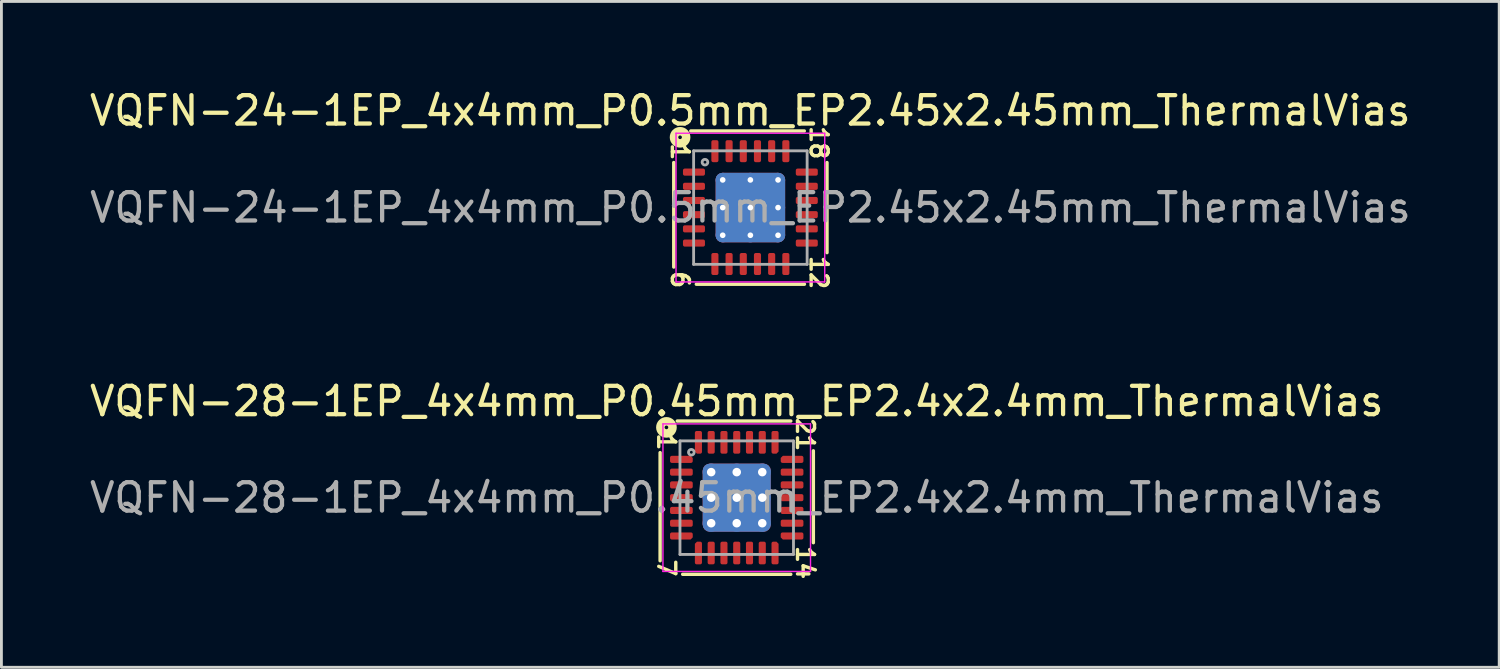
<source format=kicad_pcb>
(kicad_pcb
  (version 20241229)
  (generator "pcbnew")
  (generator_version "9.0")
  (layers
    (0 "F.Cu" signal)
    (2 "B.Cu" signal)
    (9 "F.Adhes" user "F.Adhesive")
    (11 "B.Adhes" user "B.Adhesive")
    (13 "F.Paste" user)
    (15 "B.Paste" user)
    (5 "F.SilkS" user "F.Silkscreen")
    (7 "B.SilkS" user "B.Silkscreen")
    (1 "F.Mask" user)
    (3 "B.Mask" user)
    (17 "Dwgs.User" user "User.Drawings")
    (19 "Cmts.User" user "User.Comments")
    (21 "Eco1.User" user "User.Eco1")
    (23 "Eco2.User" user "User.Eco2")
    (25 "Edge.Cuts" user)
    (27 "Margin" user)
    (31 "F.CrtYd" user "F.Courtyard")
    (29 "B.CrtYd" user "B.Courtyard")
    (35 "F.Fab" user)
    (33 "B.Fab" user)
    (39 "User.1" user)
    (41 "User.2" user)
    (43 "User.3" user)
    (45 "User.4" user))
  (footprint "VQFN-28-1EP_4x4mm_P0.45mm_EP2.4x2.4mm_ThermalVias"
    (layer "F.Cu")
    (at 22.911 14.487)
    (property "Reference" "VQFN-28-1EP_4x4mm_P0.45mm_EP2.4x2.4mm_ThermalVias" (at 0 -3.397 0) (layer "F.SilkS") (effects (font (size 1 1) (thickness 0.15))))
    (attr smd)
    (fp_line (start -2.7 -1.587) (end -2.7 2.223) (stroke (width 0.12) (type solid)) (layer "F.SilkS"))
    (fp_line (start -1.905 2.7) (end 1.905 2.7) (stroke (width 0.12) (type solid)) (layer "F.SilkS"))
    (fp_line (start 1.905 -2.7) (end -2.095 -2.7) (stroke (width 0.12) (type solid)) (layer "F.SilkS"))
    (fp_line (start 2.7 1.587) (end 2.7 -1.651) (stroke (width 0.12) (type solid)) (layer "F.SilkS"))
    (fp_circle (center -2.477 -2.477) (end -2.413 -2.477) (stroke (width 0.3) (type solid)) (fill no) (layer "F.SilkS"))
    (fp_line (start -2.6 -2.6) (end -2.6 2.6) (stroke (width 0.05) (type solid)) (layer "F.CrtYd"))
    (fp_line (start -2.6 2.6) (end 2.6 2.6) (stroke (width 0.05) (type solid)) (layer "F.CrtYd"))
    (fp_line (start 2.6 -2.6) (end -2.6 -2.6) (stroke (width 0.05) (type solid)) (layer "F.CrtYd"))
    (fp_line (start 2.6 2.6) (end 2.6 -2.6) (stroke (width 0.05) (type solid)) (layer "F.CrtYd"))
    (fp_line (start -2 -2) (end 2 -2) (stroke (width 0.1) (type solid)) (layer "F.Fab"))
    (fp_line (start -2 2) (end -2 -2) (stroke (width 0.1) (type solid)) (layer "F.Fab"))
    (fp_line (start 2 -2) (end 2 2) (stroke (width 0.1) (type solid)) (layer "F.Fab"))
    (fp_line (start 2 2) (end -2 2) (stroke (width 0.1) (type solid)) (layer "F.Fab"))
    (fp_circle (center -1.6 -1.6) (end -1.5 -1.6) (stroke (width 0.1) (type solid)) (fill no) (layer "F.Fab"))
    (fp_text user "7" (at -2.477 2.477 270) (unlocked yes) (layer "F.SilkS") (effects (font (size 0.6 0.6) (thickness 0.12))))
    (fp_text user "21" (at 2.413 -2.223 270) (unlocked yes) (layer "F.SilkS") (effects (font (size 0.6 0.6) (thickness 0.12))))
    (fp_text user "14" (at 2.413 2.286 270) (unlocked yes) (layer "F.SilkS") (effects (font (size 0.6 0.6) (thickness 0.12))))
    (fp_text user "1" (at -2.477 -1.968 270) (unlocked yes) (layer "F.SilkS") (effects (font (size 0.6 0.6) (thickness 0.12))))
    (fp_text user "${REFERENCE}" (at 0 0 0) (layer "F.Fab") (effects (font (size 1 1) (thickness 0.15))))
    (pad "" smd roundrect (at -0.6 -0.6) (size 1 1) (layers "F.Paste") (roundrect_rratio 0.25))
    (pad "" smd roundrect (at -0.6 0.6) (size 1 1) (layers "F.Paste") (roundrect_rratio 0.25))
    (pad "" smd roundrect (at 0.6 -0.6) (size 1 1) (layers "F.Paste") (roundrect_rratio 0.25))
    (pad "" smd roundrect (at 0.6 0.6) (size 1 1) (layers "F.Paste") (roundrect_rratio 0.25))
    (pad "1" smd roundrect (at -1.95 -1.35) (size 0.8 0.25) (layers "F.Cu" "F.Mask" "F.Paste") (roundrect_rratio 0.25) (chamfer_ratio 0.3) (chamfer top_right))
    (pad "2" smd roundrect (at -1.95 -0.9) (size 0.8 0.25) (layers "F.Cu" "F.Mask" "F.Paste") (roundrect_rratio 0.25))
    (pad "3" smd roundrect (at -1.95 -0.45) (size 0.8 0.25) (layers "F.Cu" "F.Mask" "F.Paste") (roundrect_rratio 0.25))
    (pad "4" smd roundrect (at -1.95 0) (size 0.8 0.25) (layers "F.Cu" "F.Mask" "F.Paste") (roundrect_rratio 0.25))
    (pad "5" smd roundrect (at -1.95 0.45) (size 0.8 0.25) (layers "F.Cu" "F.Mask" "F.Paste") (roundrect_rratio 0.25))
    (pad "6" smd roundrect (at -1.95 0.9) (size 0.8 0.25) (layers "F.Cu" "F.Mask" "F.Paste") (roundrect_rratio 0.25))
    (pad "7" smd roundrect (at -1.95 1.35) (size 0.8 0.25) (layers "F.Cu" "F.Mask" "F.Paste") (roundrect_rratio 0.25) (chamfer_ratio 0.3) (chamfer bottom_right))
    (pad "8" smd roundrect (at -1.35 1.95) (size 0.25 0.8) (layers "F.Cu" "F.Mask" "F.Paste") (roundrect_rratio 0.25) (chamfer_ratio 0.3) (chamfer top_left))
    (pad "9" smd roundrect (at -0.9 1.95) (size 0.25 0.8) (layers "F.Cu" "F.Mask" "F.Paste") (roundrect_rratio 0.25))
    (pad "10" smd roundrect (at -0.45 1.95) (size 0.25 0.8) (layers "F.Cu" "F.Mask" "F.Paste") (roundrect_rratio 0.25))
    (pad "11" smd roundrect (at 0 1.95) (size 0.25 0.8) (layers "F.Cu" "F.Mask" "F.Paste") (roundrect_rratio 0.25))
    (pad "12" smd roundrect (at 0.45 1.95) (size 0.25 0.8) (layers "F.Cu" "F.Mask" "F.Paste") (roundrect_rratio 0.25))
    (pad "13" smd roundrect (at 0.9 1.95) (size 0.25 0.8) (layers "F.Cu" "F.Mask" "F.Paste") (roundrect_rratio 0.25))
    (pad "14" smd roundrect (at 1.35 1.95) (size 0.25 0.8) (layers "F.Cu" "F.Mask" "F.Paste") (roundrect_rratio 0.25) (chamfer_ratio 0.3) (chamfer top_right))
    (pad "15" smd roundrect (at 1.95 1.35) (size 0.8 0.25) (layers "F.Cu" "F.Mask" "F.Paste") (roundrect_rratio 0.25) (chamfer_ratio 0.3) (chamfer bottom_left))
    (pad "16" smd roundrect (at 1.95 0.9) (size 0.8 0.25) (layers "F.Cu" "F.Mask" "F.Paste") (roundrect_rratio 0.25))
    (pad "17" smd roundrect (at 1.95 0.45) (size 0.8 0.25) (layers "F.Cu" "F.Mask" "F.Paste") (roundrect_rratio 0.25))
    (pad "18" smd roundrect (at 1.95 0) (size 0.8 0.25) (layers "F.Cu" "F.Mask" "F.Paste") (roundrect_rratio 0.25))
    (pad "19" smd roundrect (at 1.95 -0.45) (size 0.8 0.25) (layers "F.Cu" "F.Mask" "F.Paste") (roundrect_rratio 0.25))
    (pad "20" smd roundrect (at 1.95 -0.9) (size 0.8 0.25) (layers "F.Cu" "F.Mask" "F.Paste") (roundrect_rratio 0.25))
    (pad "21" smd roundrect (at 1.95 -1.35) (size 0.8 0.25) (layers "F.Cu" "F.Mask" "F.Paste") (roundrect_rratio 0.25) (chamfer_ratio 0.3) (chamfer top_left))
    (pad "22" smd roundrect (at 1.35 -1.95) (size 0.25 0.8) (layers "F.Cu" "F.Mask" "F.Paste") (roundrect_rratio 0.25) (chamfer_ratio 0.3) (chamfer bottom_right))
    (pad "23" smd roundrect (at 0.9 -1.95) (size 0.25 0.8) (layers "F.Cu" "F.Mask" "F.Paste") (roundrect_rratio 0.25))
    (pad "24" smd roundrect (at 0.45 -1.95) (size 0.25 0.8) (layers "F.Cu" "F.Mask" "F.Paste") (roundrect_rratio 0.25))
    (pad "25" smd roundrect (at 0 -1.95) (size 0.25 0.8) (layers "F.Cu" "F.Mask" "F.Paste") (roundrect_rratio 0.25))
    (pad "26" smd roundrect (at -0.45 -1.95) (size 0.25 0.8) (layers "F.Cu" "F.Mask" "F.Paste") (roundrect_rratio 0.25))
    (pad "27" smd roundrect (at -0.9 -1.95) (size 0.25 0.8) (layers "F.Cu" "F.Mask" "F.Paste") (roundrect_rratio 0.25))
    (pad "28" smd roundrect (at -1.35 -1.95) (size 0.25 0.8) (layers "F.Cu" "F.Mask" "F.Paste") (roundrect_rratio 0.25) (chamfer_ratio 0.3) (chamfer bottom_left))
    (pad "29" thru_hole circle (at -0.9 -0.9) (size 0.6 0.6) (drill 0.3) (property pad_prop_heatsink) (layers "*.Cu"))
    (pad "29" thru_hole circle (at -0.9 0) (size 0.6 0.6) (drill 0.3) (property pad_prop_heatsink) (layers "*.Cu"))
    (pad "29" thru_hole circle (at -0.9 0.9) (size 0.6 0.6) (drill 0.3) (property pad_prop_heatsink) (layers "*.Cu"))
    (pad "29" thru_hole circle (at 0 -0.9) (size 0.6 0.6) (drill 0.3) (property pad_prop_heatsink) (layers "*.Cu"))
    (pad "29" thru_hole circle (at 0 0) (size 0.6 0.6) (drill 0.3) (property pad_prop_heatsink) (layers "*.Cu"))
    (pad "29" smd roundrect (at 0 0) (size 2.4 2.4) (layers "F.Cu" "F.Mask") (roundrect_rratio 0.104))
    (pad "29" smd roundrect (at 0 0) (size 2.4 2.4) (layers "B.Cu" "B.Mask") (roundrect_rratio 0.104))
    (pad "29" thru_hole circle (at 0 0.9) (size 0.6 0.6) (drill 0.3) (property pad_prop_heatsink) (layers "*.Cu"))
    (pad "29" thru_hole circle (at 0.9 -0.9) (size 0.6 0.6) (drill 0.3) (property pad_prop_heatsink) (layers "*.Cu"))
    (pad "29" thru_hole circle (at 0.9 0) (size 0.6 0.6) (drill 0.3) (property pad_prop_heatsink) (layers "*.Cu"))
    (pad "29" thru_hole circle (at 0.9 0.9) (size 0.6 0.6) (drill 0.3) (property pad_prop_heatsink) (layers "*.Cu")))
  (footprint "VQFN-24-1EP_4x4mm_P0.5mm_EP2.45x2.45mm_ThermalVias"
    (layer "F.Cu")
    (at 23.392 4.265)
    (property "Reference" "VQFN-24-1EP_4x4mm_P0.5mm_EP2.45x2.45mm_ThermalVias" (at -0.005 -3.417 0) (layer "F.SilkS") (effects (font (size 1 1) (thickness 0.15))))
    (attr smd)
    (fp_line (start -2.7 -1.587) (end -2.7 2.095) (stroke (width 0.12) (type solid)) (layer "F.SilkS"))
    (fp_line (start -1.905 2.7) (end 1.905 2.7) (stroke (width 0.12) (type solid)) (layer "F.SilkS"))
    (fp_line (start 1.9 -2.7) (end -2.1 -2.7) (stroke (width 0.12) (type solid)) (layer "F.SilkS"))
    (fp_line (start 2.7 1.587) (end 2.7 -1.587) (stroke (width 0.12) (type solid)) (layer "F.SilkS"))
    (fp_circle (center -2.477 -2.477) (end -2.413 -2.477) (stroke (width 0.3) (type solid)) (fill no) (layer "F.SilkS"))
    (fp_line (start -2.62 -2.62) (end -2.62 2.62) (stroke (width 0.05) (type solid)) (layer "F.CrtYd"))
    (fp_line (start -2.62 2.62) (end 2.62 2.62) (stroke (width 0.05) (type solid)) (layer "F.CrtYd"))
    (fp_line (start 2.62 -2.62) (end -2.62 -2.62) (stroke (width 0.05) (type solid)) (layer "F.CrtYd"))
    (fp_line (start 2.62 2.62) (end 2.62 -2.62) (stroke (width 0.05) (type solid)) (layer "F.CrtYd"))
    (fp_line (start -2 -2) (end 2 -2) (stroke (width 0.1) (type solid)) (layer "F.Fab"))
    (fp_line (start -2 2) (end -2 -2) (stroke (width 0.1) (type solid)) (layer "F.Fab"))
    (fp_line (start 2 -2) (end 2 2) (stroke (width 0.1) (type solid)) (layer "F.Fab"))
    (fp_line (start 2 2) (end -2 2) (stroke (width 0.1) (type solid)) (layer "F.Fab"))
    (fp_circle (center -1.6 -1.6) (end -1.5 -1.6) (stroke (width 0.1) (type solid)) (fill no) (layer "F.Fab"))
    (fp_text user "1" (at -2.477 -1.968 270) (unlocked yes) (layer "F.SilkS") (effects (font (size 0.6 0.6) (thickness 0.12))))
    (fp_text user "12" (at 2.413 2.286 270) (unlocked yes) (layer "F.SilkS") (effects (font (size 0.6 0.6) (thickness 0.12))))
    (fp_text user "6" (at -2.477 2.54 270) (unlocked yes) (layer "F.SilkS") (effects (font (size 0.6 0.6) (thickness 0.12))))
    (fp_text user "18" (at 2.413 -2.286 270) (unlocked yes) (layer "F.SilkS") (effects (font (size 0.6 0.6) (thickness 0.12))))
    (fp_text user "${REFERENCE}" (at 0 0 0) (layer "F.Fab") (effects (font (size 1 1) (thickness 0.15))))
    (pad "" smd custom (at -0.487 -0.487) (size 0.756 0.756) (layers "F.Paste") (options (anchor circle)) (primitives (gr_poly (pts (xy 0.301 -0.175) (xy 0.301 0.175) (xy 0.175 0.301) (xy -0.175 0.301) (xy -0.301 0.175) (xy -0.301 -0.175) (xy -0.175 -0.301) (xy 0.175 -0.301)) (width 0.306) (fill yes))))
    (pad "" smd custom (at -0.487 0.487) (size 0.756 0.756) (layers "F.Paste") (options (anchor circle)) (primitives (gr_poly (pts (xy 0.301 -0.175) (xy 0.301 0.175) (xy 0.175 0.301) (xy -0.175 0.301) (xy -0.301 0.175) (xy -0.301 -0.175) (xy -0.175 -0.301) (xy 0.175 -0.301)) (width 0.306) (fill yes))))
    (pad "" smd custom (at 0.487 -0.487) (size 0.756 0.756) (layers "F.Paste") (options (anchor circle)) (primitives (gr_poly (pts (xy 0.301 -0.175) (xy 0.301 0.175) (xy 0.175 0.301) (xy -0.175 0.301) (xy -0.301 0.175) (xy -0.301 -0.175) (xy -0.175 -0.301) (xy 0.175 -0.301)) (width 0.306) (fill yes))))
    (pad "" smd custom (at 0.487 0.487) (size 0.756 0.756) (layers "F.Paste") (options (anchor circle)) (primitives (gr_poly (pts (xy 0.301 -0.175) (xy 0.301 0.175) (xy 0.175 0.301) (xy -0.175 0.301) (xy -0.301 0.175) (xy -0.301 -0.175) (xy -0.175 -0.301) (xy 0.175 -0.301)) (width 0.306) (fill yes))))
    (pad "1" smd roundrect (at -1.988 -1.25) (size 0.775 0.25) (layers "F.Cu" "F.Mask" "F.Paste") (roundrect_rratio 0.25))
    (pad "2" smd roundrect (at -1.988 -0.75) (size 0.775 0.25) (layers "F.Cu" "F.Mask" "F.Paste") (roundrect_rratio 0.25))
    (pad "3" smd roundrect (at -1.988 -0.25) (size 0.775 0.25) (layers "F.Cu" "F.Mask" "F.Paste") (roundrect_rratio 0.25))
    (pad "4" smd roundrect (at -1.988 0.25) (size 0.775 0.25) (layers "F.Cu" "F.Mask" "F.Paste") (roundrect_rratio 0.25))
    (pad "5" smd roundrect (at -1.988 0.75) (size 0.775 0.25) (layers "F.Cu" "F.Mask" "F.Paste") (roundrect_rratio 0.25))
    (pad "6" smd roundrect (at -1.988 1.25) (size 0.775 0.25) (layers "F.Cu" "F.Mask" "F.Paste") (roundrect_rratio 0.25))
    (pad "7" smd roundrect (at -1.25 1.988) (size 0.25 0.775) (layers "F.Cu" "F.Mask" "F.Paste") (roundrect_rratio 0.25))
    (pad "8" smd roundrect (at -0.75 1.988) (size 0.25 0.775) (layers "F.Cu" "F.Mask" "F.Paste") (roundrect_rratio 0.25))
    (pad "9" smd roundrect (at -0.25 1.988) (size 0.25 0.775) (layers "F.Cu" "F.Mask" "F.Paste") (roundrect_rratio 0.25))
    (pad "10" smd roundrect (at 0.25 1.988) (size 0.25 0.775) (layers "F.Cu" "F.Mask" "F.Paste") (roundrect_rratio 0.25))
    (pad "11" smd roundrect (at 0.75 1.988) (size 0.25 0.775) (layers "F.Cu" "F.Mask" "F.Paste") (roundrect_rratio 0.25))
    (pad "12" smd roundrect (at 1.25 1.988) (size 0.25 0.775) (layers "F.Cu" "F.Mask" "F.Paste") (roundrect_rratio 0.25))
    (pad "13" smd roundrect (at 1.988 1.25) (size 0.775 0.25) (layers "F.Cu" "F.Mask" "F.Paste") (roundrect_rratio 0.25))
    (pad "14" smd roundrect (at 1.988 0.75) (size 0.775 0.25) (layers "F.Cu" "F.Mask" "F.Paste") (roundrect_rratio 0.25))
    (pad "15" smd roundrect (at 1.988 0.25) (size 0.775 0.25) (layers "F.Cu" "F.Mask" "F.Paste") (roundrect_rratio 0.25))
    (pad "16" smd roundrect (at 1.988 -0.25) (size 0.775 0.25) (layers "F.Cu" "F.Mask" "F.Paste") (roundrect_rratio 0.25))
    (pad "17" smd roundrect (at 1.988 -0.75) (size 0.775 0.25) (layers "F.Cu" "F.Mask" "F.Paste") (roundrect_rratio 0.25))
    (pad "18" smd roundrect (at 1.988 -1.25) (size 0.775 0.25) (layers "F.Cu" "F.Mask" "F.Paste") (roundrect_rratio 0.25))
    (pad "19" smd roundrect (at 1.25 -1.988) (size 0.25 0.775) (layers "F.Cu" "F.Mask" "F.Paste") (roundrect_rratio 0.25))
    (pad "20" smd roundrect (at 0.75 -1.988) (size 0.25 0.775) (layers "F.Cu" "F.Mask" "F.Paste") (roundrect_rratio 0.25))
    (pad "21" smd roundrect (at 0.25 -1.988) (size 0.25 0.775) (layers "F.Cu" "F.Mask" "F.Paste") (roundrect_rratio 0.25))
    (pad "22" smd roundrect (at -0.25 -1.988) (size 0.25 0.775) (layers "F.Cu" "F.Mask" "F.Paste") (roundrect_rratio 0.25))
    (pad "23" smd roundrect (at -0.75 -1.988) (size 0.25 0.775) (layers "F.Cu" "F.Mask" "F.Paste") (roundrect_rratio 0.25))
    (pad "24" smd roundrect (at -1.25 -1.988) (size 0.25 0.775) (layers "F.Cu" "F.Mask" "F.Paste") (roundrect_rratio 0.25))
    (pad "25" thru_hole circle (at -0.975 -0.975) (size 0.5 0.5) (drill 0.2) (property pad_prop_heatsink) (layers "*.Cu"))
    (pad "25" thru_hole circle (at -0.975 0) (size 0.5 0.5) (drill 0.2) (property pad_prop_heatsink) (layers "*.Cu"))
    (pad "25" thru_hole circle (at -0.975 0.975) (size 0.5 0.5) (drill 0.2) (property pad_prop_heatsink) (layers "*.Cu"))
    (pad "25" thru_hole circle (at 0 -0.975) (size 0.5 0.5) (drill 0.2) (property pad_prop_heatsink) (layers "*.Cu"))
    (pad "25" thru_hole circle (at 0 0) (size 0.5 0.5) (drill 0.2) (property pad_prop_heatsink) (layers "*.Cu"))
    (pad "25" smd roundrect (at 0 0) (size 2.45 2.45) (layers "F.Cu" "F.Mask") (roundrect_rratio 0.102))
    (pad "25" smd roundrect (at 0 0) (size 2.45 2.45) (layers "B.Cu" "B.Mask") (roundrect_rratio 0.102))
    (pad "25" thru_hole circle (at 0 0.975) (size 0.5 0.5) (drill 0.2) (property pad_prop_heatsink) (layers "*.Cu"))
    (pad "25" thru_hole circle (at 0.975 -0.975) (size 0.5 0.5) (drill 0.2) (property pad_prop_heatsink) (layers "*.Cu"))
    (pad "25" thru_hole circle (at 0.975 0) (size 0.5 0.5) (drill 0.2) (property pad_prop_heatsink) (layers "*.Cu"))
    (pad "25" thru_hole circle (at 0.975 0.975) (size 0.5 0.5) (drill 0.2) (property pad_prop_heatsink) (layers "*.Cu")))
  (gr_rect
    (start -3 -3)
    (end 49.779 20.464)
    (stroke (width 0.1) (type default))
    (fill no)
    (layer "Edge.Cuts")))
</source>
